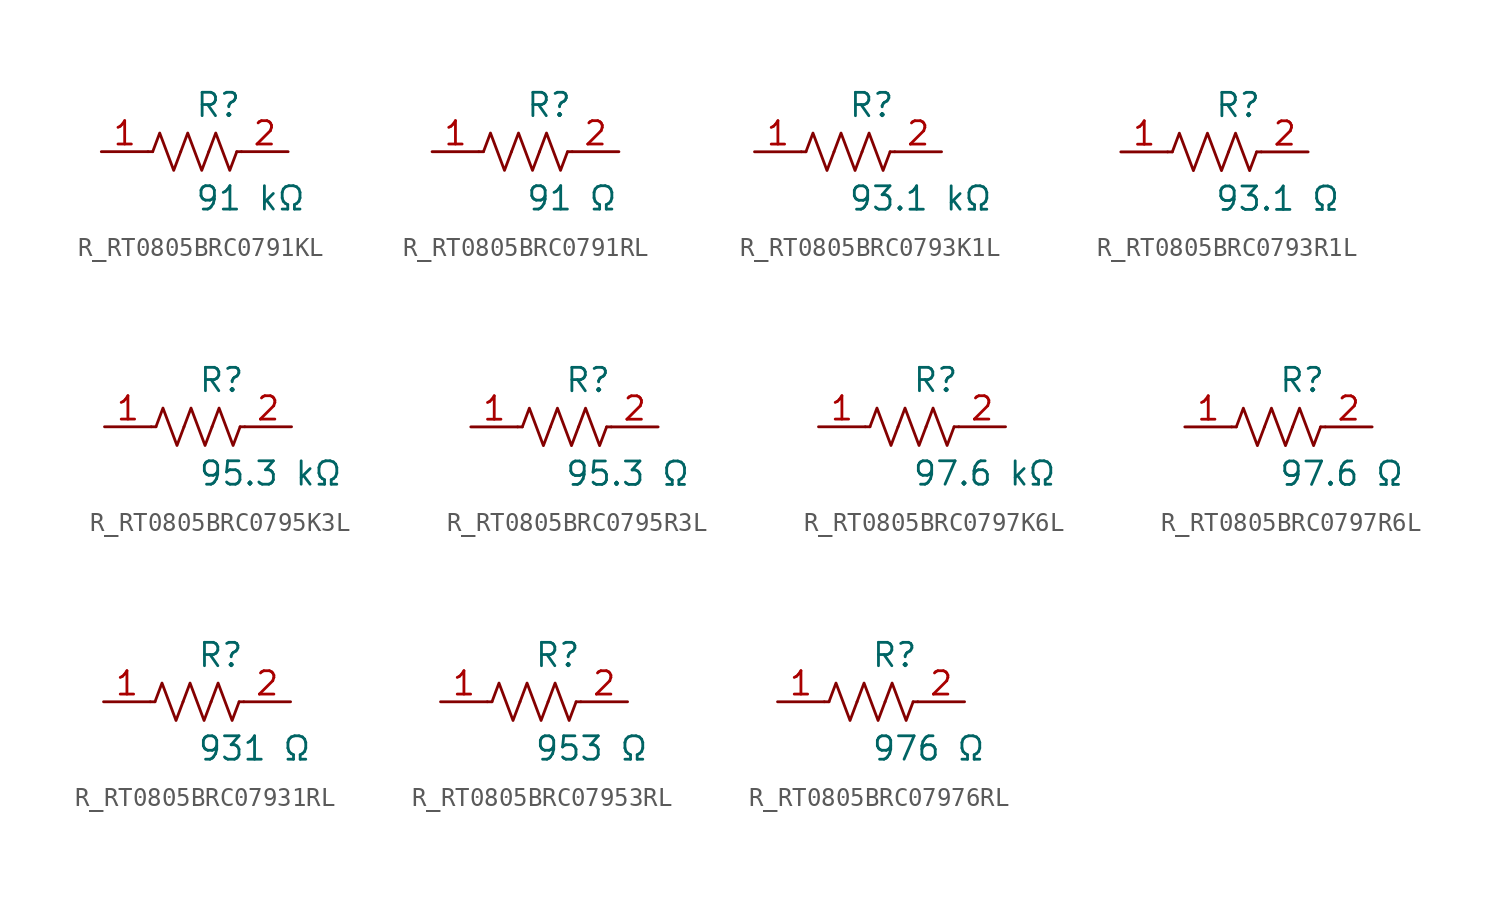
<source format=kicad_sym>
(kicad_symbol_lib
  (version 20231120)
  (generator kicad_symbol_editor)
  (generator_version 8.0)
  (symbol "R_RT0805BRC0791KL"
    (pin_names
      (offset 0.254))
    (property "Reference" "R"
      (at 0 2.54 0)
      (effects (font (size 1.27 1.27)) (justify left)))
    (property "Value" "91 kΩ"
      (at 0 -2.54 0)
      (effects (font (size 1.27 1.27)) (justify left)))
    (symbol "R_RT0805BRC0791KL_0_1"
      (polyline (pts (xy 2.286 0) (xy 2.54 0)) (stroke (width 0) (type default)) (fill (type none)))
      (polyline (pts (xy -2.286 0) (xy -2.54 0)) (stroke (width 0) (type default)) (fill (type none)))
      (polyline (pts (xy 0.762 0) (xy 1.143 1.016) (xy 1.524 0) (xy 1.905 -1.016) (xy 2.286 0)) (stroke (width 0) (type default)) (fill (type none)))
      (polyline (pts (xy -0.762 0) (xy -0.381 1.016) (xy 0 0) (xy 0.381 -1.016) (xy 0.762 0)) (stroke (width 0) (type default)) (fill (type none)))
      (polyline (pts (xy -2.286 0) (xy -1.905 1.016) (xy -1.524 0) (xy -1.143 -1.016) (xy -0.762 0)) (stroke (width 0) (type default)) (fill (type none))))
    (pin unspecified line
      (at -5.08 0 0)
      (length 2.54)
      (name "" (effects (font (size 1.27 1.27))))
      (number "1" (effects (font (size 1.27 1.27)))))
    (pin unspecified line
      (at 5.08 0 180)
      (length 2.54)
      (name "" (effects (font (size 1.27 1.27))))
      (number "2" (effects (font (size 1.27 1.27))))))
  (symbol "R_RT0805BRC0791RL"
    (pin_names
      (offset 0.254))
    (property "Reference" "R"
      (at 0 2.54 0)
      (effects (font (size 1.27 1.27)) (justify left)))
    (property "Value" "91 Ω"
      (at 0 -2.54 0)
      (effects (font (size 1.27 1.27)) (justify left)))
    (symbol "R_RT0805BRC0791RL_0_1"
      (polyline (pts (xy 2.286 0) (xy 2.54 0)) (stroke (width 0) (type default)) (fill (type none)))
      (polyline (pts (xy -2.286 0) (xy -2.54 0)) (stroke (width 0) (type default)) (fill (type none)))
      (polyline (pts (xy 0.762 0) (xy 1.143 1.016) (xy 1.524 0) (xy 1.905 -1.016) (xy 2.286 0)) (stroke (width 0) (type default)) (fill (type none)))
      (polyline (pts (xy -0.762 0) (xy -0.381 1.016) (xy 0 0) (xy 0.381 -1.016) (xy 0.762 0)) (stroke (width 0) (type default)) (fill (type none)))
      (polyline (pts (xy -2.286 0) (xy -1.905 1.016) (xy -1.524 0) (xy -1.143 -1.016) (xy -0.762 0)) (stroke (width 0) (type default)) (fill (type none))))
    (pin unspecified line
      (at -5.08 0 0)
      (length 2.54)
      (name "" (effects (font (size 1.27 1.27))))
      (number "1" (effects (font (size 1.27 1.27)))))
    (pin unspecified line
      (at 5.08 0 180)
      (length 2.54)
      (name "" (effects (font (size 1.27 1.27))))
      (number "2" (effects (font (size 1.27 1.27))))))
  (symbol "R_RT0805BRC0793K1L"
    (pin_names
      (offset 0.254))
    (property "Reference" "R"
      (at 0 2.54 0)
      (effects (font (size 1.27 1.27)) (justify left)))
    (property "Value" "93.1 kΩ"
      (at 0 -2.54 0)
      (effects (font (size 1.27 1.27)) (justify left)))
    (symbol "R_RT0805BRC0793K1L_0_1"
      (polyline (pts (xy 2.286 0) (xy 2.54 0)) (stroke (width 0) (type default)) (fill (type none)))
      (polyline (pts (xy -2.286 0) (xy -2.54 0)) (stroke (width 0) (type default)) (fill (type none)))
      (polyline (pts (xy 0.762 0) (xy 1.143 1.016) (xy 1.524 0) (xy 1.905 -1.016) (xy 2.286 0)) (stroke (width 0) (type default)) (fill (type none)))
      (polyline (pts (xy -0.762 0) (xy -0.381 1.016) (xy 0 0) (xy 0.381 -1.016) (xy 0.762 0)) (stroke (width 0) (type default)) (fill (type none)))
      (polyline (pts (xy -2.286 0) (xy -1.905 1.016) (xy -1.524 0) (xy -1.143 -1.016) (xy -0.762 0)) (stroke (width 0) (type default)) (fill (type none))))
    (pin unspecified line
      (at -5.08 0 0)
      (length 2.54)
      (name "" (effects (font (size 1.27 1.27))))
      (number "1" (effects (font (size 1.27 1.27)))))
    (pin unspecified line
      (at 5.08 0 180)
      (length 2.54)
      (name "" (effects (font (size 1.27 1.27))))
      (number "2" (effects (font (size 1.27 1.27))))))
  (symbol "R_RT0805BRC0793R1L"
    (pin_names
      (offset 0.254))
    (property "Reference" "R"
      (at 0 2.54 0)
      (effects (font (size 1.27 1.27)) (justify left)))
    (property "Value" "93.1 Ω"
      (at 0 -2.54 0)
      (effects (font (size 1.27 1.27)) (justify left)))
    (symbol "R_RT0805BRC0793R1L_0_1"
      (polyline (pts (xy 2.286 0) (xy 2.54 0)) (stroke (width 0) (type default)) (fill (type none)))
      (polyline (pts (xy -2.286 0) (xy -2.54 0)) (stroke (width 0) (type default)) (fill (type none)))
      (polyline (pts (xy 0.762 0) (xy 1.143 1.016) (xy 1.524 0) (xy 1.905 -1.016) (xy 2.286 0)) (stroke (width 0) (type default)) (fill (type none)))
      (polyline (pts (xy -0.762 0) (xy -0.381 1.016) (xy 0 0) (xy 0.381 -1.016) (xy 0.762 0)) (stroke (width 0) (type default)) (fill (type none)))
      (polyline (pts (xy -2.286 0) (xy -1.905 1.016) (xy -1.524 0) (xy -1.143 -1.016) (xy -0.762 0)) (stroke (width 0) (type default)) (fill (type none))))
    (pin unspecified line
      (at -5.08 0 0)
      (length 2.54)
      (name "" (effects (font (size 1.27 1.27))))
      (number "1" (effects (font (size 1.27 1.27)))))
    (pin unspecified line
      (at 5.08 0 180)
      (length 2.54)
      (name "" (effects (font (size 1.27 1.27))))
      (number "2" (effects (font (size 1.27 1.27))))))
  (symbol "R_RT0805BRC0795K3L"
    (pin_names
      (offset 0.254))
    (property "Reference" "R"
      (at 0 2.54 0)
      (effects (font (size 1.27 1.27)) (justify left)))
    (property "Value" "95.3 kΩ"
      (at 0 -2.54 0)
      (effects (font (size 1.27 1.27)) (justify left)))
    (symbol "R_RT0805BRC0795K3L_0_1"
      (polyline (pts (xy 2.286 0) (xy 2.54 0)) (stroke (width 0) (type default)) (fill (type none)))
      (polyline (pts (xy -2.286 0) (xy -2.54 0)) (stroke (width 0) (type default)) (fill (type none)))
      (polyline (pts (xy 0.762 0) (xy 1.143 1.016) (xy 1.524 0) (xy 1.905 -1.016) (xy 2.286 0)) (stroke (width 0) (type default)) (fill (type none)))
      (polyline (pts (xy -0.762 0) (xy -0.381 1.016) (xy 0 0) (xy 0.381 -1.016) (xy 0.762 0)) (stroke (width 0) (type default)) (fill (type none)))
      (polyline (pts (xy -2.286 0) (xy -1.905 1.016) (xy -1.524 0) (xy -1.143 -1.016) (xy -0.762 0)) (stroke (width 0) (type default)) (fill (type none))))
    (pin unspecified line
      (at -5.08 0 0)
      (length 2.54)
      (name "" (effects (font (size 1.27 1.27))))
      (number "1" (effects (font (size 1.27 1.27)))))
    (pin unspecified line
      (at 5.08 0 180)
      (length 2.54)
      (name "" (effects (font (size 1.27 1.27))))
      (number "2" (effects (font (size 1.27 1.27))))))
  (symbol "R_RT0805BRC0795R3L"
    (pin_names
      (offset 0.254))
    (property "Reference" "R"
      (at 0 2.54 0)
      (effects (font (size 1.27 1.27)) (justify left)))
    (property "Value" "95.3 Ω"
      (at 0 -2.54 0)
      (effects (font (size 1.27 1.27)) (justify left)))
    (symbol "R_RT0805BRC0795R3L_0_1"
      (polyline (pts (xy 2.286 0) (xy 2.54 0)) (stroke (width 0) (type default)) (fill (type none)))
      (polyline (pts (xy -2.286 0) (xy -2.54 0)) (stroke (width 0) (type default)) (fill (type none)))
      (polyline (pts (xy 0.762 0) (xy 1.143 1.016) (xy 1.524 0) (xy 1.905 -1.016) (xy 2.286 0)) (stroke (width 0) (type default)) (fill (type none)))
      (polyline (pts (xy -0.762 0) (xy -0.381 1.016) (xy 0 0) (xy 0.381 -1.016) (xy 0.762 0)) (stroke (width 0) (type default)) (fill (type none)))
      (polyline (pts (xy -2.286 0) (xy -1.905 1.016) (xy -1.524 0) (xy -1.143 -1.016) (xy -0.762 0)) (stroke (width 0) (type default)) (fill (type none))))
    (pin unspecified line
      (at -5.08 0 0)
      (length 2.54)
      (name "" (effects (font (size 1.27 1.27))))
      (number "1" (effects (font (size 1.27 1.27)))))
    (pin unspecified line
      (at 5.08 0 180)
      (length 2.54)
      (name "" (effects (font (size 1.27 1.27))))
      (number "2" (effects (font (size 1.27 1.27))))))
  (symbol "R_RT0805BRC0797K6L"
    (pin_names
      (offset 0.254))
    (property "Reference" "R"
      (at 0 2.54 0)
      (effects (font (size 1.27 1.27)) (justify left)))
    (property "Value" "97.6 kΩ"
      (at 0 -2.54 0)
      (effects (font (size 1.27 1.27)) (justify left)))
    (symbol "R_RT0805BRC0797K6L_0_1"
      (polyline (pts (xy 2.286 0) (xy 2.54 0)) (stroke (width 0) (type default)) (fill (type none)))
      (polyline (pts (xy -2.286 0) (xy -2.54 0)) (stroke (width 0) (type default)) (fill (type none)))
      (polyline (pts (xy 0.762 0) (xy 1.143 1.016) (xy 1.524 0) (xy 1.905 -1.016) (xy 2.286 0)) (stroke (width 0) (type default)) (fill (type none)))
      (polyline (pts (xy -0.762 0) (xy -0.381 1.016) (xy 0 0) (xy 0.381 -1.016) (xy 0.762 0)) (stroke (width 0) (type default)) (fill (type none)))
      (polyline (pts (xy -2.286 0) (xy -1.905 1.016) (xy -1.524 0) (xy -1.143 -1.016) (xy -0.762 0)) (stroke (width 0) (type default)) (fill (type none))))
    (pin unspecified line
      (at -5.08 0 0)
      (length 2.54)
      (name "" (effects (font (size 1.27 1.27))))
      (number "1" (effects (font (size 1.27 1.27)))))
    (pin unspecified line
      (at 5.08 0 180)
      (length 2.54)
      (name "" (effects (font (size 1.27 1.27))))
      (number "2" (effects (font (size 1.27 1.27))))))
  (symbol "R_RT0805BRC0797R6L"
    (pin_names
      (offset 0.254))
    (property "Reference" "R"
      (at 0 2.54 0)
      (effects (font (size 1.27 1.27)) (justify left)))
    (property "Value" "97.6 Ω"
      (at 0 -2.54 0)
      (effects (font (size 1.27 1.27)) (justify left)))
    (symbol "R_RT0805BRC0797R6L_0_1"
      (polyline (pts (xy 2.286 0) (xy 2.54 0)) (stroke (width 0) (type default)) (fill (type none)))
      (polyline (pts (xy -2.286 0) (xy -2.54 0)) (stroke (width 0) (type default)) (fill (type none)))
      (polyline (pts (xy 0.762 0) (xy 1.143 1.016) (xy 1.524 0) (xy 1.905 -1.016) (xy 2.286 0)) (stroke (width 0) (type default)) (fill (type none)))
      (polyline (pts (xy -0.762 0) (xy -0.381 1.016) (xy 0 0) (xy 0.381 -1.016) (xy 0.762 0)) (stroke (width 0) (type default)) (fill (type none)))
      (polyline (pts (xy -2.286 0) (xy -1.905 1.016) (xy -1.524 0) (xy -1.143 -1.016) (xy -0.762 0)) (stroke (width 0) (type default)) (fill (type none))))
    (pin unspecified line
      (at -5.08 0 0)
      (length 2.54)
      (name "" (effects (font (size 1.27 1.27))))
      (number "1" (effects (font (size 1.27 1.27)))))
    (pin unspecified line
      (at 5.08 0 180)
      (length 2.54)
      (name "" (effects (font (size 1.27 1.27))))
      (number "2" (effects (font (size 1.27 1.27))))))
  (symbol "R_RT0805BRC07931RL"
    (pin_names
      (offset 0.254))
    (property "Reference" "R"
      (at 0 2.54 0)
      (effects (font (size 1.27 1.27)) (justify left)))
    (property "Value" "931 Ω"
      (at 0 -2.54 0)
      (effects (font (size 1.27 1.27)) (justify left)))
    (symbol "R_RT0805BRC07931RL_0_1"
      (polyline (pts (xy 2.286 0) (xy 2.54 0)) (stroke (width 0) (type default)) (fill (type none)))
      (polyline (pts (xy -2.286 0) (xy -2.54 0)) (stroke (width 0) (type default)) (fill (type none)))
      (polyline (pts (xy 0.762 0) (xy 1.143 1.016) (xy 1.524 0) (xy 1.905 -1.016) (xy 2.286 0)) (stroke (width 0) (type default)) (fill (type none)))
      (polyline (pts (xy -0.762 0) (xy -0.381 1.016) (xy 0 0) (xy 0.381 -1.016) (xy 0.762 0)) (stroke (width 0) (type default)) (fill (type none)))
      (polyline (pts (xy -2.286 0) (xy -1.905 1.016) (xy -1.524 0) (xy -1.143 -1.016) (xy -0.762 0)) (stroke (width 0) (type default)) (fill (type none))))
    (pin unspecified line
      (at -5.08 0 0)
      (length 2.54)
      (name "" (effects (font (size 1.27 1.27))))
      (number "1" (effects (font (size 1.27 1.27)))))
    (pin unspecified line
      (at 5.08 0 180)
      (length 2.54)
      (name "" (effects (font (size 1.27 1.27))))
      (number "2" (effects (font (size 1.27 1.27))))))
  (symbol "R_RT0805BRC07953RL"
    (pin_names
      (offset 0.254))
    (property "Reference" "R"
      (at 0 2.54 0)
      (effects (font (size 1.27 1.27)) (justify left)))
    (property "Value" "953 Ω"
      (at 0 -2.54 0)
      (effects (font (size 1.27 1.27)) (justify left)))
    (symbol "R_RT0805BRC07953RL_0_1"
      (polyline (pts (xy 2.286 0) (xy 2.54 0)) (stroke (width 0) (type default)) (fill (type none)))
      (polyline (pts (xy -2.286 0) (xy -2.54 0)) (stroke (width 0) (type default)) (fill (type none)))
      (polyline (pts (xy 0.762 0) (xy 1.143 1.016) (xy 1.524 0) (xy 1.905 -1.016) (xy 2.286 0)) (stroke (width 0) (type default)) (fill (type none)))
      (polyline (pts (xy -0.762 0) (xy -0.381 1.016) (xy 0 0) (xy 0.381 -1.016) (xy 0.762 0)) (stroke (width 0) (type default)) (fill (type none)))
      (polyline (pts (xy -2.286 0) (xy -1.905 1.016) (xy -1.524 0) (xy -1.143 -1.016) (xy -0.762 0)) (stroke (width 0) (type default)) (fill (type none))))
    (pin unspecified line
      (at -5.08 0 0)
      (length 2.54)
      (name "" (effects (font (size 1.27 1.27))))
      (number "1" (effects (font (size 1.27 1.27)))))
    (pin unspecified line
      (at 5.08 0 180)
      (length 2.54)
      (name "" (effects (font (size 1.27 1.27))))
      (number "2" (effects (font (size 1.27 1.27))))))
  (symbol "R_RT0805BRC07976RL"
    (pin_names
      (offset 0.254))
    (property "Reference" "R"
      (at 0 2.54 0)
      (effects (font (size 1.27 1.27)) (justify left)))
    (property "Value" "976 Ω"
      (at 0 -2.54 0)
      (effects (font (size 1.27 1.27)) (justify left)))
    (symbol "R_RT0805BRC07976RL_0_1"
      (polyline (pts (xy 2.286 0) (xy 2.54 0)) (stroke (width 0) (type default)) (fill (type none)))
      (polyline (pts (xy -2.286 0) (xy -2.54 0)) (stroke (width 0) (type default)) (fill (type none)))
      (polyline (pts (xy 0.762 0) (xy 1.143 1.016) (xy 1.524 0) (xy 1.905 -1.016) (xy 2.286 0)) (stroke (width 0) (type default)) (fill (type none)))
      (polyline (pts (xy -0.762 0) (xy -0.381 1.016) (xy 0 0) (xy 0.381 -1.016) (xy 0.762 0)) (stroke (width 0) (type default)) (fill (type none)))
      (polyline (pts (xy -2.286 0) (xy -1.905 1.016) (xy -1.524 0) (xy -1.143 -1.016) (xy -0.762 0)) (stroke (width 0) (type default)) (fill (type none))))
    (pin unspecified line
      (at -5.08 0 0)
      (length 2.54)
      (name "" (effects (font (size 1.27 1.27))))
      (number "1" (effects (font (size 1.27 1.27)))))
    (pin unspecified line
      (at 5.08 0 180)
      (length 2.54)
      (name "" (effects (font (size 1.27 1.27))))
      (number "2" (effects (font (size 1.27 1.27)))))))
</source>
